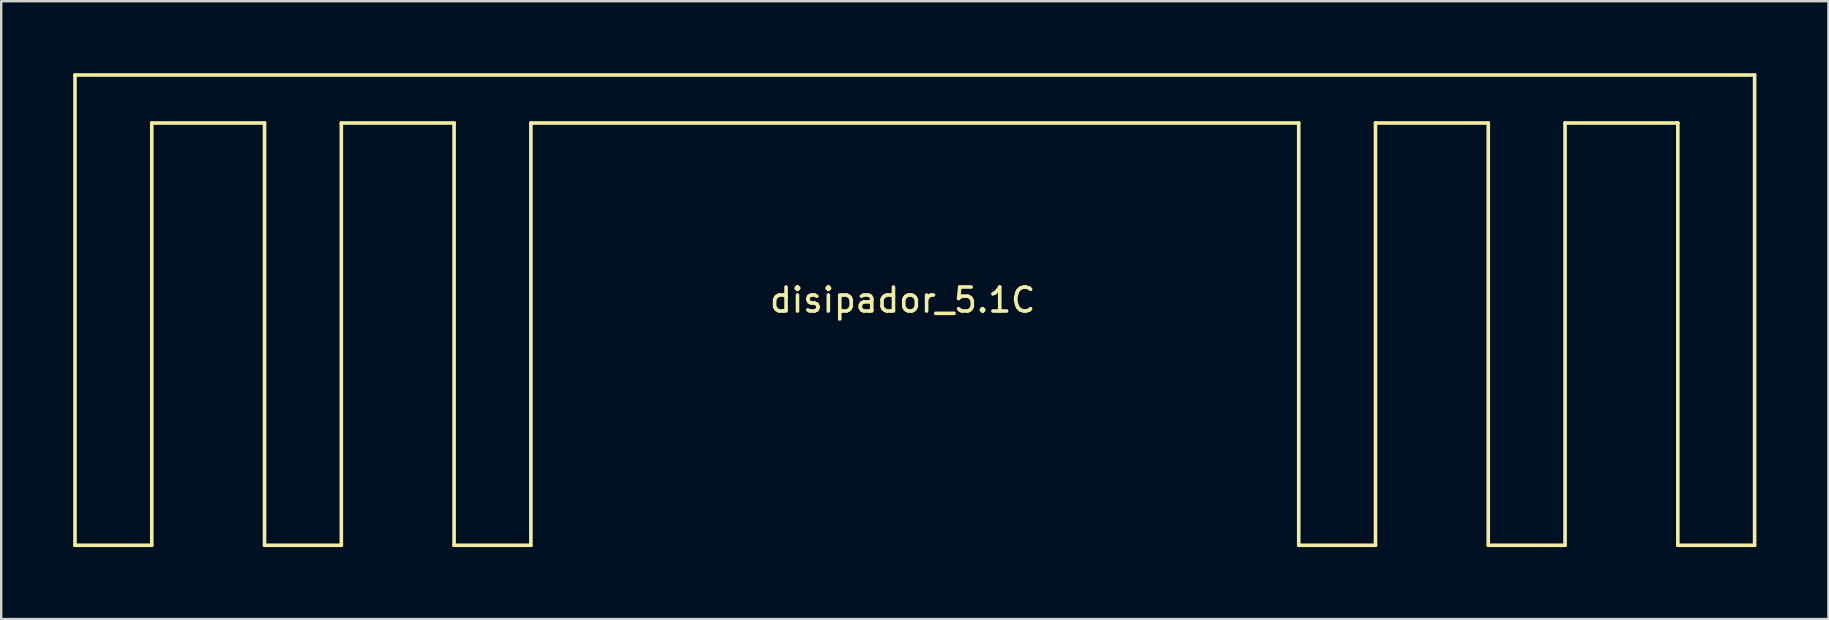
<source format=kicad_pcb>
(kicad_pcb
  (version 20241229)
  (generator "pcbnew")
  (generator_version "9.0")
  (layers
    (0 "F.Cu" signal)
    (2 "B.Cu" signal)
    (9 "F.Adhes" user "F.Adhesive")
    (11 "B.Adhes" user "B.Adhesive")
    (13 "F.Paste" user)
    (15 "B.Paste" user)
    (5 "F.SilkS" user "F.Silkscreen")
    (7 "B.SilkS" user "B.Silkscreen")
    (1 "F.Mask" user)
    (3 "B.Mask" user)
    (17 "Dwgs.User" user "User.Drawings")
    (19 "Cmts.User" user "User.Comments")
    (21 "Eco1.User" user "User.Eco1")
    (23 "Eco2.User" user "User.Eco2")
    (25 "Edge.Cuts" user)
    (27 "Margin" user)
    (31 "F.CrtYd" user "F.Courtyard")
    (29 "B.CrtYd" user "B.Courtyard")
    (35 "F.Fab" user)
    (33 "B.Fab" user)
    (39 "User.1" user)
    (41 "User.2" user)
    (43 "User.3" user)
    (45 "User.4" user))
  (footprint "disipador_5.1C"
    (layer "F.Cu")
    (at 35.075 1.075)
    (property "Reference" "disipador_5.1C" (at -0.508 8.382 0) (layer "F.SilkS") (effects (font (size 1 1) (thickness 0.15))))
    (attr through_hole)
    (fp_line (start -35 -1) (end -35 18.6) (stroke (width 0.15) (type solid)) (layer "F.SilkS"))
    (fp_line (start -35 -1) (end 35 -1) (stroke (width 0.15) (type solid)) (layer "F.SilkS"))
    (fp_line (start -35 18.6) (end -31.8 18.6) (stroke (width 0.15) (type solid)) (layer "F.SilkS"))
    (fp_line (start -31.8 1) (end -31.8 18.6) (stroke (width 0.15) (type solid)) (layer "F.SilkS"))
    (fp_line (start -31.8 1) (end -27.1 1) (stroke (width 0.15) (type solid)) (layer "F.SilkS"))
    (fp_line (start -27.1 1) (end -27.1 18.6) (stroke (width 0.15) (type solid)) (layer "F.SilkS"))
    (fp_line (start -27.1 18.6) (end -23.9 18.6) (stroke (width 0.15) (type solid)) (layer "F.SilkS"))
    (fp_line (start -23.9 1) (end -23.9 18.6) (stroke (width 0.15) (type solid)) (layer "F.SilkS"))
    (fp_line (start -23.9 1) (end -19.2 1) (stroke (width 0.15) (type solid)) (layer "F.SilkS"))
    (fp_line (start -19.2 1) (end -19.2 18.6) (stroke (width 0.15) (type solid)) (layer "F.SilkS"))
    (fp_line (start -19.2 18.6) (end -16 18.6) (stroke (width 0.15) (type solid)) (layer "F.SilkS"))
    (fp_line (start -16 1) (end -16 18.6) (stroke (width 0.15) (type solid)) (layer "F.SilkS"))
    (fp_line (start -16 1) (end 16 1) (stroke (width 0.15) (type solid)) (layer "F.SilkS"))
    (fp_line (start 16 1) (end 16 18.6) (stroke (width 0.15) (type solid)) (layer "F.SilkS"))
    (fp_line (start 16 18.6) (end 19.2 18.6) (stroke (width 0.15) (type solid)) (layer "F.SilkS"))
    (fp_line (start 19.2 1) (end 19.2 18.6) (stroke (width 0.15) (type solid)) (layer "F.SilkS"))
    (fp_line (start 19.2 1) (end 23.9 1) (stroke (width 0.15) (type solid)) (layer "F.SilkS"))
    (fp_line (start 23.9 1) (end 23.9 18.6) (stroke (width 0.15) (type solid)) (layer "F.SilkS"))
    (fp_line (start 23.9 18.6) (end 27.1 18.6) (stroke (width 0.15) (type solid)) (layer "F.SilkS"))
    (fp_line (start 27.1 1) (end 27.1 18.6) (stroke (width 0.15) (type solid)) (layer "F.SilkS"))
    (fp_line (start 27.1 1) (end 31.8 1) (stroke (width 0.15) (type solid)) (layer "F.SilkS"))
    (fp_line (start 31.8 1) (end 31.8 18.6) (stroke (width 0.15) (type solid)) (layer "F.SilkS"))
    (fp_line (start 31.8 18.6) (end 35 18.6) (stroke (width 0.15) (type solid)) (layer "F.SilkS"))
    (fp_line (start 35 -1) (end 35 18.6) (stroke (width 0.15) (type solid)) (layer "F.SilkS")))
  (gr_rect
    (start -3 -3)
    (end 73.15 22.75)
    (stroke (width 0.1) (type default))
    (fill no)
    (layer "Edge.Cuts")))
</source>
